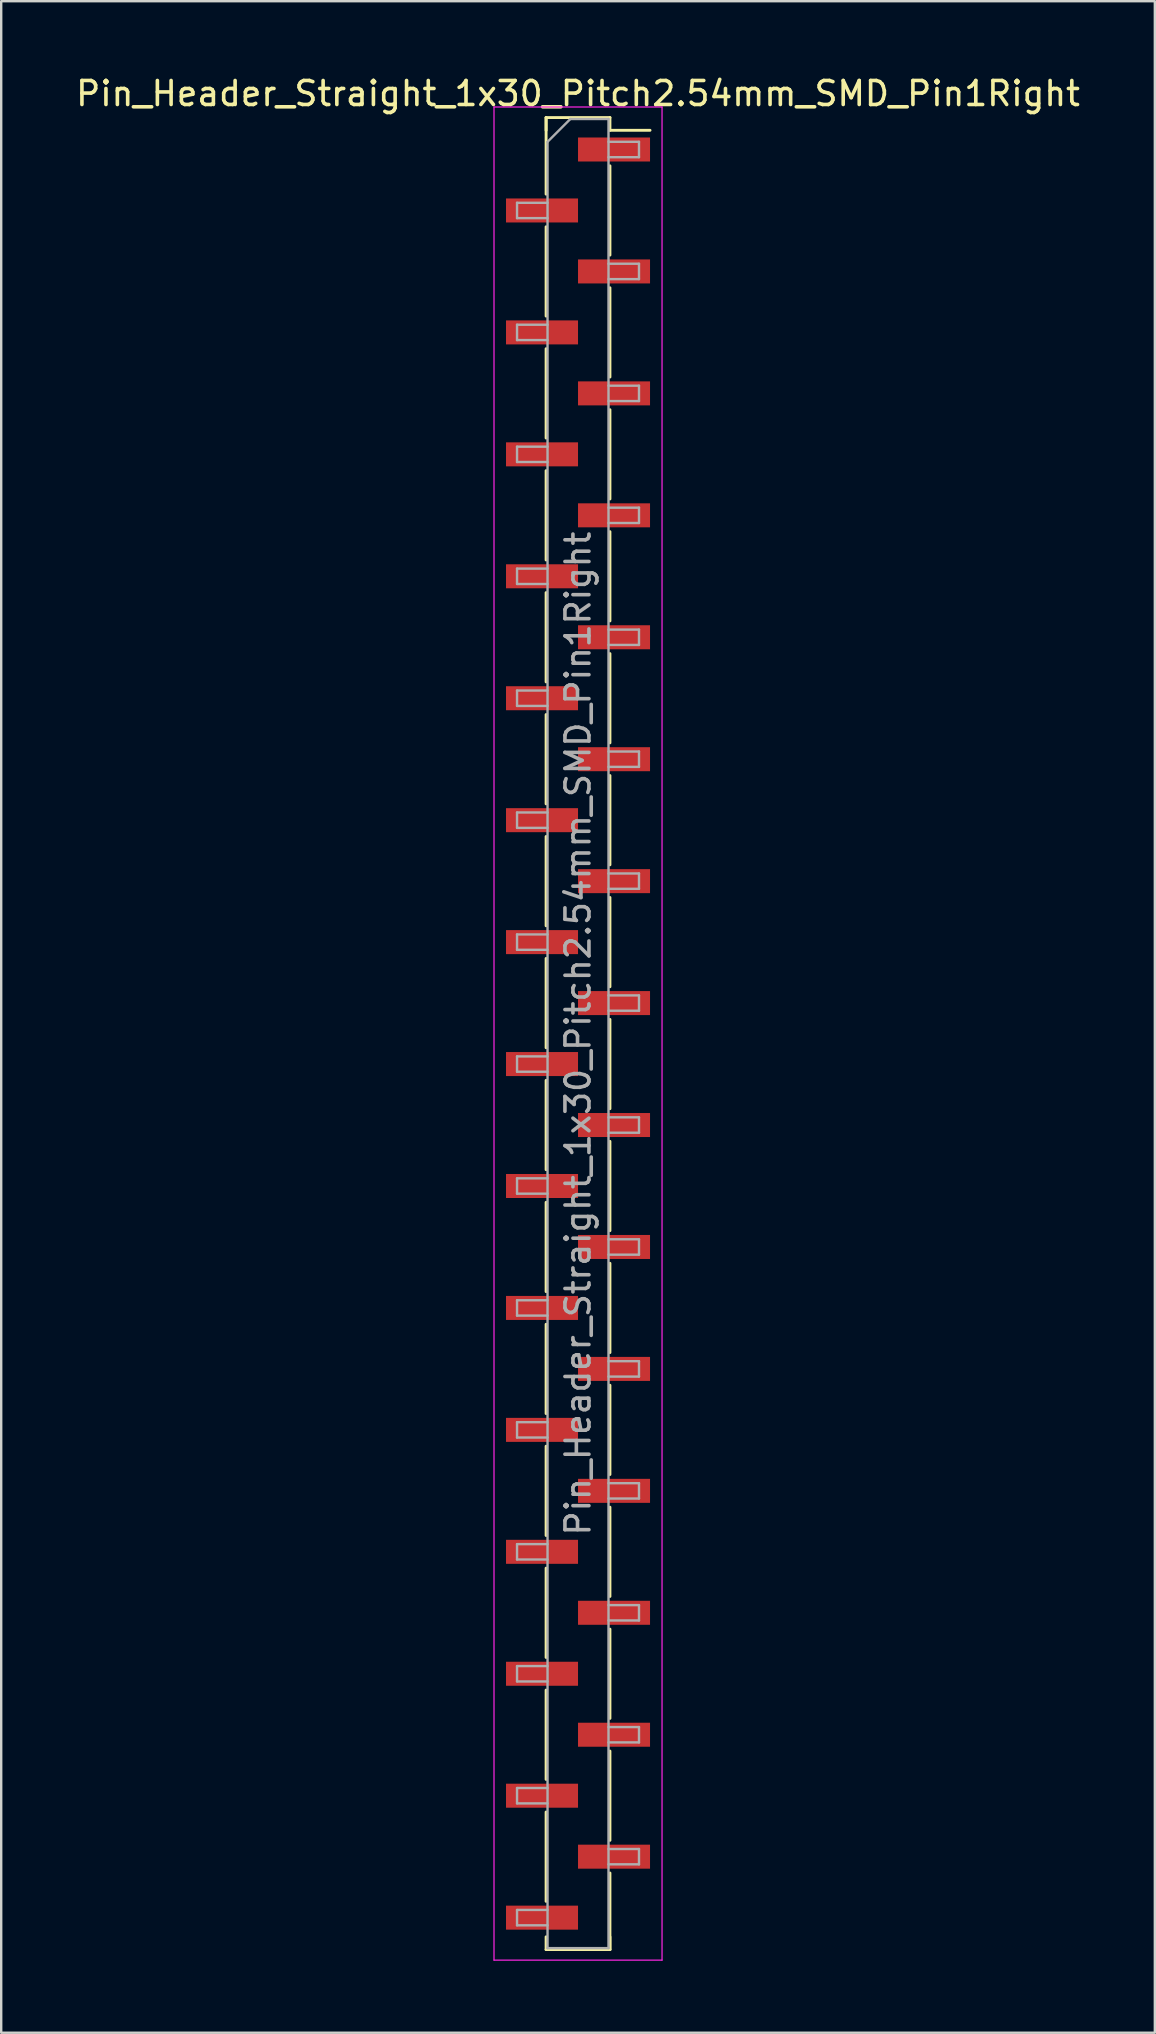
<source format=kicad_pcb>
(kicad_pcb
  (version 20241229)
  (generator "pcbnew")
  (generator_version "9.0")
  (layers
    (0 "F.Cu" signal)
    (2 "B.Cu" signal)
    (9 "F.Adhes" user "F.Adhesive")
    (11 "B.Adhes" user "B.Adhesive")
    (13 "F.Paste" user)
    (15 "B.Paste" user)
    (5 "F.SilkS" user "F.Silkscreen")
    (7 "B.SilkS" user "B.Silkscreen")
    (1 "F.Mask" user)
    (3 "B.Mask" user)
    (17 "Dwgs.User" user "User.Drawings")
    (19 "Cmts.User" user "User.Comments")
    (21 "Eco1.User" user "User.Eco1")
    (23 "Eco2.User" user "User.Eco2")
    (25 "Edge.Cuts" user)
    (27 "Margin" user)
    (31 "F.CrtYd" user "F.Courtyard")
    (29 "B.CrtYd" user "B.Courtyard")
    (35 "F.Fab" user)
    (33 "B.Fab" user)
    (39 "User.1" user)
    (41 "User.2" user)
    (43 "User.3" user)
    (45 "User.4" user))
  (footprint "Pin_Header_Straight_1x30_Pitch2.54mm_SMD_Pin1Right"
    (layer "F.Cu")
    (at 21.03 40.008)
    (property "Reference" "Pin_Header_Straight_1x30_Pitch2.54mm_SMD_Pin1Right" (at 0 -39.16 0) (layer "F.SilkS") (effects (font (size 1 1) (thickness 0.15))))
    (attr smd)
    (fp_line (start -1.33 -38.16) (end -1.33 -34.97) (stroke (width 0.12) (type solid)) (layer "F.SilkS"))
    (fp_line (start -1.33 -38.16) (end 1.33 -38.16) (stroke (width 0.12) (type solid)) (layer "F.SilkS"))
    (fp_line (start -1.33 -37.63) (end -1.33 -38.16) (stroke (width 0.12) (type solid)) (layer "F.SilkS"))
    (fp_line (start -1.33 -33.61) (end -1.33 -29.89) (stroke (width 0.12) (type solid)) (layer "F.SilkS"))
    (fp_line (start -1.33 -28.53) (end -1.33 -24.81) (stroke (width 0.12) (type solid)) (layer "F.SilkS"))
    (fp_line (start -1.33 -23.45) (end -1.33 -19.73) (stroke (width 0.12) (type solid)) (layer "F.SilkS"))
    (fp_line (start -1.33 -18.37) (end -1.33 -14.65) (stroke (width 0.12) (type solid)) (layer "F.SilkS"))
    (fp_line (start -1.33 -13.29) (end -1.33 -9.57) (stroke (width 0.12) (type solid)) (layer "F.SilkS"))
    (fp_line (start -1.33 -8.21) (end -1.33 -4.49) (stroke (width 0.12) (type solid)) (layer "F.SilkS"))
    (fp_line (start -1.33 -3.13) (end -1.33 0.59) (stroke (width 0.12) (type solid)) (layer "F.SilkS"))
    (fp_line (start -1.33 1.95) (end -1.33 5.67) (stroke (width 0.12) (type solid)) (layer "F.SilkS"))
    (fp_line (start -1.33 7.03) (end -1.33 10.75) (stroke (width 0.12) (type solid)) (layer "F.SilkS"))
    (fp_line (start -1.33 12.11) (end -1.33 15.83) (stroke (width 0.12) (type solid)) (layer "F.SilkS"))
    (fp_line (start -1.33 17.19) (end -1.33 20.91) (stroke (width 0.12) (type solid)) (layer "F.SilkS"))
    (fp_line (start -1.33 22.27) (end -1.33 25.99) (stroke (width 0.12) (type solid)) (layer "F.SilkS"))
    (fp_line (start -1.33 27.35) (end -1.33 31.07) (stroke (width 0.12) (type solid)) (layer "F.SilkS"))
    (fp_line (start -1.33 32.43) (end -1.33 36.15) (stroke (width 0.12) (type solid)) (layer "F.SilkS"))
    (fp_line (start -1.33 37.63) (end -1.33 38.16) (stroke (width 0.12) (type solid)) (layer "F.SilkS"))
    (fp_line (start -1.33 38.16) (end 1.33 38.16) (stroke (width 0.12) (type solid)) (layer "F.SilkS"))
    (fp_line (start 1.33 -38.16) (end 1.33 -37.63) (stroke (width 0.12) (type solid)) (layer "F.SilkS"))
    (fp_line (start 1.33 -37.63) (end 3 -37.63) (stroke (width 0.12) (type solid)) (layer "F.SilkS"))
    (fp_line (start 1.33 -36.15) (end 1.33 -32.43) (stroke (width 0.12) (type solid)) (layer "F.SilkS"))
    (fp_line (start 1.33 -31.07) (end 1.33 -27.35) (stroke (width 0.12) (type solid)) (layer "F.SilkS"))
    (fp_line (start 1.33 -25.99) (end 1.33 -22.27) (stroke (width 0.12) (type solid)) (layer "F.SilkS"))
    (fp_line (start 1.33 -20.91) (end 1.33 -17.19) (stroke (width 0.12) (type solid)) (layer "F.SilkS"))
    (fp_line (start 1.33 -15.83) (end 1.33 -12.11) (stroke (width 0.12) (type solid)) (layer "F.SilkS"))
    (fp_line (start 1.33 -10.75) (end 1.33 -7.03) (stroke (width 0.12) (type solid)) (layer "F.SilkS"))
    (fp_line (start 1.33 -5.67) (end 1.33 -1.95) (stroke (width 0.12) (type solid)) (layer "F.SilkS"))
    (fp_line (start 1.33 -0.59) (end 1.33 3.13) (stroke (width 0.12) (type solid)) (layer "F.SilkS"))
    (fp_line (start 1.33 4.49) (end 1.33 8.21) (stroke (width 0.12) (type solid)) (layer "F.SilkS"))
    (fp_line (start 1.33 9.57) (end 1.33 13.29) (stroke (width 0.12) (type solid)) (layer "F.SilkS"))
    (fp_line (start 1.33 14.65) (end 1.33 18.37) (stroke (width 0.12) (type solid)) (layer "F.SilkS"))
    (fp_line (start 1.33 19.73) (end 1.33 23.45) (stroke (width 0.12) (type solid)) (layer "F.SilkS"))
    (fp_line (start 1.33 24.81) (end 1.33 28.53) (stroke (width 0.12) (type solid)) (layer "F.SilkS"))
    (fp_line (start 1.33 29.89) (end 1.33 33.61) (stroke (width 0.12) (type solid)) (layer "F.SilkS"))
    (fp_line (start 1.33 34.97) (end 1.33 38.16) (stroke (width 0.12) (type solid)) (layer "F.SilkS"))
    (fp_line (start 1.33 38.16) (end 1.33 37.63) (stroke (width 0.12) (type solid)) (layer "F.SilkS"))
    (fp_line (start -3.5 -38.6) (end -3.5 38.6) (stroke (width 0.05) (type solid)) (layer "F.CrtYd"))
    (fp_line (start -3.5 38.6) (end 3.5 38.6) (stroke (width 0.05) (type solid)) (layer "F.CrtYd"))
    (fp_line (start 3.5 -38.6) (end -3.5 -38.6) (stroke (width 0.05) (type solid)) (layer "F.CrtYd"))
    (fp_line (start 3.5 38.6) (end 3.5 -38.6) (stroke (width 0.05) (type solid)) (layer "F.CrtYd"))
    (fp_line (start -2.54 -34.61) (end -2.54 -33.97) (stroke (width 0.1) (type solid)) (layer "F.Fab"))
    (fp_line (start -2.54 -33.97) (end -1.27 -33.97) (stroke (width 0.1) (type solid)) (layer "F.Fab"))
    (fp_line (start -2.54 -29.53) (end -2.54 -28.89) (stroke (width 0.1) (type solid)) (layer "F.Fab"))
    (fp_line (start -2.54 -28.89) (end -1.27 -28.89) (stroke (width 0.1) (type solid)) (layer "F.Fab"))
    (fp_line (start -2.54 -24.45) (end -2.54 -23.81) (stroke (width 0.1) (type solid)) (layer "F.Fab"))
    (fp_line (start -2.54 -23.81) (end -1.27 -23.81) (stroke (width 0.1) (type solid)) (layer "F.Fab"))
    (fp_line (start -2.54 -19.37) (end -2.54 -18.73) (stroke (width 0.1) (type solid)) (layer "F.Fab"))
    (fp_line (start -2.54 -18.73) (end -1.27 -18.73) (stroke (width 0.1) (type solid)) (layer "F.Fab"))
    (fp_line (start -2.54 -14.29) (end -2.54 -13.65) (stroke (width 0.1) (type solid)) (layer "F.Fab"))
    (fp_line (start -2.54 -13.65) (end -1.27 -13.65) (stroke (width 0.1) (type solid)) (layer "F.Fab"))
    (fp_line (start -2.54 -9.21) (end -2.54 -8.57) (stroke (width 0.1) (type solid)) (layer "F.Fab"))
    (fp_line (start -2.54 -8.57) (end -1.27 -8.57) (stroke (width 0.1) (type solid)) (layer "F.Fab"))
    (fp_line (start -2.54 -4.13) (end -2.54 -3.49) (stroke (width 0.1) (type solid)) (layer "F.Fab"))
    (fp_line (start -2.54 -3.49) (end -1.27 -3.49) (stroke (width 0.1) (type solid)) (layer "F.Fab"))
    (fp_line (start -2.54 0.95) (end -2.54 1.59) (stroke (width 0.1) (type solid)) (layer "F.Fab"))
    (fp_line (start -2.54 1.59) (end -1.27 1.59) (stroke (width 0.1) (type solid)) (layer "F.Fab"))
    (fp_line (start -2.54 6.03) (end -2.54 6.67) (stroke (width 0.1) (type solid)) (layer "F.Fab"))
    (fp_line (start -2.54 6.67) (end -1.27 6.67) (stroke (width 0.1) (type solid)) (layer "F.Fab"))
    (fp_line (start -2.54 11.11) (end -2.54 11.75) (stroke (width 0.1) (type solid)) (layer "F.Fab"))
    (fp_line (start -2.54 11.75) (end -1.27 11.75) (stroke (width 0.1) (type solid)) (layer "F.Fab"))
    (fp_line (start -2.54 16.19) (end -2.54 16.83) (stroke (width 0.1) (type solid)) (layer "F.Fab"))
    (fp_line (start -2.54 16.83) (end -1.27 16.83) (stroke (width 0.1) (type solid)) (layer "F.Fab"))
    (fp_line (start -2.54 21.27) (end -2.54 21.91) (stroke (width 0.1) (type solid)) (layer "F.Fab"))
    (fp_line (start -2.54 21.91) (end -1.27 21.91) (stroke (width 0.1) (type solid)) (layer "F.Fab"))
    (fp_line (start -2.54 26.35) (end -2.54 26.99) (stroke (width 0.1) (type solid)) (layer "F.Fab"))
    (fp_line (start -2.54 26.99) (end -1.27 26.99) (stroke (width 0.1) (type solid)) (layer "F.Fab"))
    (fp_line (start -2.54 31.43) (end -2.54 32.07) (stroke (width 0.1) (type solid)) (layer "F.Fab"))
    (fp_line (start -2.54 32.07) (end -1.27 32.07) (stroke (width 0.1) (type solid)) (layer "F.Fab"))
    (fp_line (start -2.54 36.51) (end -2.54 37.15) (stroke (width 0.1) (type solid)) (layer "F.Fab"))
    (fp_line (start -2.54 37.15) (end -1.27 37.15) (stroke (width 0.1) (type solid)) (layer "F.Fab"))
    (fp_line (start -1.27 -37.15) (end -0.32 -38.1) (stroke (width 0.1) (type solid)) (layer "F.Fab"))
    (fp_line (start -1.27 -34.61) (end -2.54 -34.61) (stroke (width 0.1) (type solid)) (layer "F.Fab"))
    (fp_line (start -1.27 -29.53) (end -2.54 -29.53) (stroke (width 0.1) (type solid)) (layer "F.Fab"))
    (fp_line (start -1.27 -24.45) (end -2.54 -24.45) (stroke (width 0.1) (type solid)) (layer "F.Fab"))
    (fp_line (start -1.27 -19.37) (end -2.54 -19.37) (stroke (width 0.1) (type solid)) (layer "F.Fab"))
    (fp_line (start -1.27 -14.29) (end -2.54 -14.29) (stroke (width 0.1) (type solid)) (layer "F.Fab"))
    (fp_line (start -1.27 -9.21) (end -2.54 -9.21) (stroke (width 0.1) (type solid)) (layer "F.Fab"))
    (fp_line (start -1.27 -4.13) (end -2.54 -4.13) (stroke (width 0.1) (type solid)) (layer "F.Fab"))
    (fp_line (start -1.27 0.95) (end -2.54 0.95) (stroke (width 0.1) (type solid)) (layer "F.Fab"))
    (fp_line (start -1.27 6.03) (end -2.54 6.03) (stroke (width 0.1) (type solid)) (layer "F.Fab"))
    (fp_line (start -1.27 11.11) (end -2.54 11.11) (stroke (width 0.1) (type solid)) (layer "F.Fab"))
    (fp_line (start -1.27 16.19) (end -2.54 16.19) (stroke (width 0.1) (type solid)) (layer "F.Fab"))
    (fp_line (start -1.27 21.27) (end -2.54 21.27) (stroke (width 0.1) (type solid)) (layer "F.Fab"))
    (fp_line (start -1.27 26.35) (end -2.54 26.35) (stroke (width 0.1) (type solid)) (layer "F.Fab"))
    (fp_line (start -1.27 31.43) (end -2.54 31.43) (stroke (width 0.1) (type solid)) (layer "F.Fab"))
    (fp_line (start -1.27 36.51) (end -2.54 36.51) (stroke (width 0.1) (type solid)) (layer "F.Fab"))
    (fp_line (start -1.27 38.1) (end -1.27 -37.15) (stroke (width 0.1) (type solid)) (layer "F.Fab"))
    (fp_line (start -0.32 -38.1) (end 1.27 -38.1) (stroke (width 0.1) (type solid)) (layer "F.Fab"))
    (fp_line (start 1.27 -38.1) (end 1.27 38.1) (stroke (width 0.1) (type solid)) (layer "F.Fab"))
    (fp_line (start 1.27 -37.15) (end 2.54 -37.15) (stroke (width 0.1) (type solid)) (layer "F.Fab"))
    (fp_line (start 1.27 -32.07) (end 2.54 -32.07) (stroke (width 0.1) (type solid)) (layer "F.Fab"))
    (fp_line (start 1.27 -26.99) (end 2.54 -26.99) (stroke (width 0.1) (type solid)) (layer "F.Fab"))
    (fp_line (start 1.27 -21.91) (end 2.54 -21.91) (stroke (width 0.1) (type solid)) (layer "F.Fab"))
    (fp_line (start 1.27 -16.83) (end 2.54 -16.83) (stroke (width 0.1) (type solid)) (layer "F.Fab"))
    (fp_line (start 1.27 -11.75) (end 2.54 -11.75) (stroke (width 0.1) (type solid)) (layer "F.Fab"))
    (fp_line (start 1.27 -6.67) (end 2.54 -6.67) (stroke (width 0.1) (type solid)) (layer "F.Fab"))
    (fp_line (start 1.27 -1.59) (end 2.54 -1.59) (stroke (width 0.1) (type solid)) (layer "F.Fab"))
    (fp_line (start 1.27 3.49) (end 2.54 3.49) (stroke (width 0.1) (type solid)) (layer "F.Fab"))
    (fp_line (start 1.27 8.57) (end 2.54 8.57) (stroke (width 0.1) (type solid)) (layer "F.Fab"))
    (fp_line (start 1.27 13.65) (end 2.54 13.65) (stroke (width 0.1) (type solid)) (layer "F.Fab"))
    (fp_line (start 1.27 18.73) (end 2.54 18.73) (stroke (width 0.1) (type solid)) (layer "F.Fab"))
    (fp_line (start 1.27 23.81) (end 2.54 23.81) (stroke (width 0.1) (type solid)) (layer "F.Fab"))
    (fp_line (start 1.27 28.89) (end 2.54 28.89) (stroke (width 0.1) (type solid)) (layer "F.Fab"))
    (fp_line (start 1.27 33.97) (end 2.54 33.97) (stroke (width 0.1) (type solid)) (layer "F.Fab"))
    (fp_line (start 1.27 38.1) (end -1.27 38.1) (stroke (width 0.1) (type solid)) (layer "F.Fab"))
    (fp_line (start 2.54 -37.15) (end 2.54 -36.51) (stroke (width 0.1) (type solid)) (layer "F.Fab"))
    (fp_line (start 2.54 -36.51) (end 1.27 -36.51) (stroke (width 0.1) (type solid)) (layer "F.Fab"))
    (fp_line (start 2.54 -32.07) (end 2.54 -31.43) (stroke (width 0.1) (type solid)) (layer "F.Fab"))
    (fp_line (start 2.54 -31.43) (end 1.27 -31.43) (stroke (width 0.1) (type solid)) (layer "F.Fab"))
    (fp_line (start 2.54 -26.99) (end 2.54 -26.35) (stroke (width 0.1) (type solid)) (layer "F.Fab"))
    (fp_line (start 2.54 -26.35) (end 1.27 -26.35) (stroke (width 0.1) (type solid)) (layer "F.Fab"))
    (fp_line (start 2.54 -21.91) (end 2.54 -21.27) (stroke (width 0.1) (type solid)) (layer "F.Fab"))
    (fp_line (start 2.54 -21.27) (end 1.27 -21.27) (stroke (width 0.1) (type solid)) (layer "F.Fab"))
    (fp_line (start 2.54 -16.83) (end 2.54 -16.19) (stroke (width 0.1) (type solid)) (layer "F.Fab"))
    (fp_line (start 2.54 -16.19) (end 1.27 -16.19) (stroke (width 0.1) (type solid)) (layer "F.Fab"))
    (fp_line (start 2.54 -11.75) (end 2.54 -11.11) (stroke (width 0.1) (type solid)) (layer "F.Fab"))
    (fp_line (start 2.54 -11.11) (end 1.27 -11.11) (stroke (width 0.1) (type solid)) (layer "F.Fab"))
    (fp_line (start 2.54 -6.67) (end 2.54 -6.03) (stroke (width 0.1) (type solid)) (layer "F.Fab"))
    (fp_line (start 2.54 -6.03) (end 1.27 -6.03) (stroke (width 0.1) (type solid)) (layer "F.Fab"))
    (fp_line (start 2.54 -1.59) (end 2.54 -0.95) (stroke (width 0.1) (type solid)) (layer "F.Fab"))
    (fp_line (start 2.54 -0.95) (end 1.27 -0.95) (stroke (width 0.1) (type solid)) (layer "F.Fab"))
    (fp_line (start 2.54 3.49) (end 2.54 4.13) (stroke (width 0.1) (type solid)) (layer "F.Fab"))
    (fp_line (start 2.54 4.13) (end 1.27 4.13) (stroke (width 0.1) (type solid)) (layer "F.Fab"))
    (fp_line (start 2.54 8.57) (end 2.54 9.21) (stroke (width 0.1) (type solid)) (layer "F.Fab"))
    (fp_line (start 2.54 9.21) (end 1.27 9.21) (stroke (width 0.1) (type solid)) (layer "F.Fab"))
    (fp_line (start 2.54 13.65) (end 2.54 14.29) (stroke (width 0.1) (type solid)) (layer "F.Fab"))
    (fp_line (start 2.54 14.29) (end 1.27 14.29) (stroke (width 0.1) (type solid)) (layer "F.Fab"))
    (fp_line (start 2.54 18.73) (end 2.54 19.37) (stroke (width 0.1) (type solid)) (layer "F.Fab"))
    (fp_line (start 2.54 19.37) (end 1.27 19.37) (stroke (width 0.1) (type solid)) (layer "F.Fab"))
    (fp_line (start 2.54 23.81) (end 2.54 24.45) (stroke (width 0.1) (type solid)) (layer "F.Fab"))
    (fp_line (start 2.54 24.45) (end 1.27 24.45) (stroke (width 0.1) (type solid)) (layer "F.Fab"))
    (fp_line (start 2.54 28.89) (end 2.54 29.53) (stroke (width 0.1) (type solid)) (layer "F.Fab"))
    (fp_line (start 2.54 29.53) (end 1.27 29.53) (stroke (width 0.1) (type solid)) (layer "F.Fab"))
    (fp_line (start 2.54 33.97) (end 2.54 34.61) (stroke (width 0.1) (type solid)) (layer "F.Fab"))
    (fp_line (start 2.54 34.61) (end 1.27 34.61) (stroke (width 0.1) (type solid)) (layer "F.Fab"))
    (fp_text user "${REFERENCE}" (at 0 0 90) (layer "F.Fab") (effects (font (size 1 1) (thickness 0.15))))
    (pad "1" smd rect (at 1.5 -36.83) (size 3 1) (layers "F.Cu" "F.Mask" "F.Paste"))
    (pad "2" smd rect (at -1.5 -34.29) (size 3 1) (layers "F.Cu" "F.Mask" "F.Paste"))
    (pad "3" smd rect (at 1.5 -31.75) (size 3 1) (layers "F.Cu" "F.Mask" "F.Paste"))
    (pad "4" smd rect (at -1.5 -29.21) (size 3 1) (layers "F.Cu" "F.Mask" "F.Paste"))
    (pad "5" smd rect (at 1.5 -26.67) (size 3 1) (layers "F.Cu" "F.Mask" "F.Paste"))
    (pad "6" smd rect (at -1.5 -24.13) (size 3 1) (layers "F.Cu" "F.Mask" "F.Paste"))
    (pad "7" smd rect (at 1.5 -21.59) (size 3 1) (layers "F.Cu" "F.Mask" "F.Paste"))
    (pad "8" smd rect (at -1.5 -19.05) (size 3 1) (layers "F.Cu" "F.Mask" "F.Paste"))
    (pad "9" smd rect (at 1.5 -16.51) (size 3 1) (layers "F.Cu" "F.Mask" "F.Paste"))
    (pad "10" smd rect (at -1.5 -13.97) (size 3 1) (layers "F.Cu" "F.Mask" "F.Paste"))
    (pad "11" smd rect (at 1.5 -11.43) (size 3 1) (layers "F.Cu" "F.Mask" "F.Paste"))
    (pad "12" smd rect (at -1.5 -8.89) (size 3 1) (layers "F.Cu" "F.Mask" "F.Paste"))
    (pad "13" smd rect (at 1.5 -6.35) (size 3 1) (layers "F.Cu" "F.Mask" "F.Paste"))
    (pad "14" smd rect (at -1.5 -3.81) (size 3 1) (layers "F.Cu" "F.Mask" "F.Paste"))
    (pad "15" smd rect (at 1.5 -1.27) (size 3 1) (layers "F.Cu" "F.Mask" "F.Paste"))
    (pad "16" smd rect (at -1.5 1.27) (size 3 1) (layers "F.Cu" "F.Mask" "F.Paste"))
    (pad "17" smd rect (at 1.5 3.81) (size 3 1) (layers "F.Cu" "F.Mask" "F.Paste"))
    (pad "18" smd rect (at -1.5 6.35) (size 3 1) (layers "F.Cu" "F.Mask" "F.Paste"))
    (pad "19" smd rect (at 1.5 8.89) (size 3 1) (layers "F.Cu" "F.Mask" "F.Paste"))
    (pad "20" smd rect (at -1.5 11.43) (size 3 1) (layers "F.Cu" "F.Mask" "F.Paste"))
    (pad "21" smd rect (at 1.5 13.97) (size 3 1) (layers "F.Cu" "F.Mask" "F.Paste"))
    (pad "22" smd rect (at -1.5 16.51) (size 3 1) (layers "F.Cu" "F.Mask" "F.Paste"))
    (pad "23" smd rect (at 1.5 19.05) (size 3 1) (layers "F.Cu" "F.Mask" "F.Paste"))
    (pad "24" smd rect (at -1.5 21.59) (size 3 1) (layers "F.Cu" "F.Mask" "F.Paste"))
    (pad "25" smd rect (at 1.5 24.13) (size 3 1) (layers "F.Cu" "F.Mask" "F.Paste"))
    (pad "26" smd rect (at -1.5 26.67) (size 3 1) (layers "F.Cu" "F.Mask" "F.Paste"))
    (pad "27" smd rect (at 1.5 29.21) (size 3 1) (layers "F.Cu" "F.Mask" "F.Paste"))
    (pad "28" smd rect (at -1.5 31.75) (size 3 1) (layers "F.Cu" "F.Mask" "F.Paste"))
    (pad "29" smd rect (at 1.5 34.29) (size 3 1) (layers "F.Cu" "F.Mask" "F.Paste"))
    (pad "30" smd rect (at -1.5 36.83) (size 3 1) (layers "F.Cu" "F.Mask" "F.Paste")))
  (gr_rect
    (start -3 -3)
    (end 45.06 81.633)
    (stroke (width 0.1) (type default))
    (fill no)
    (layer "Edge.Cuts")))
</source>
